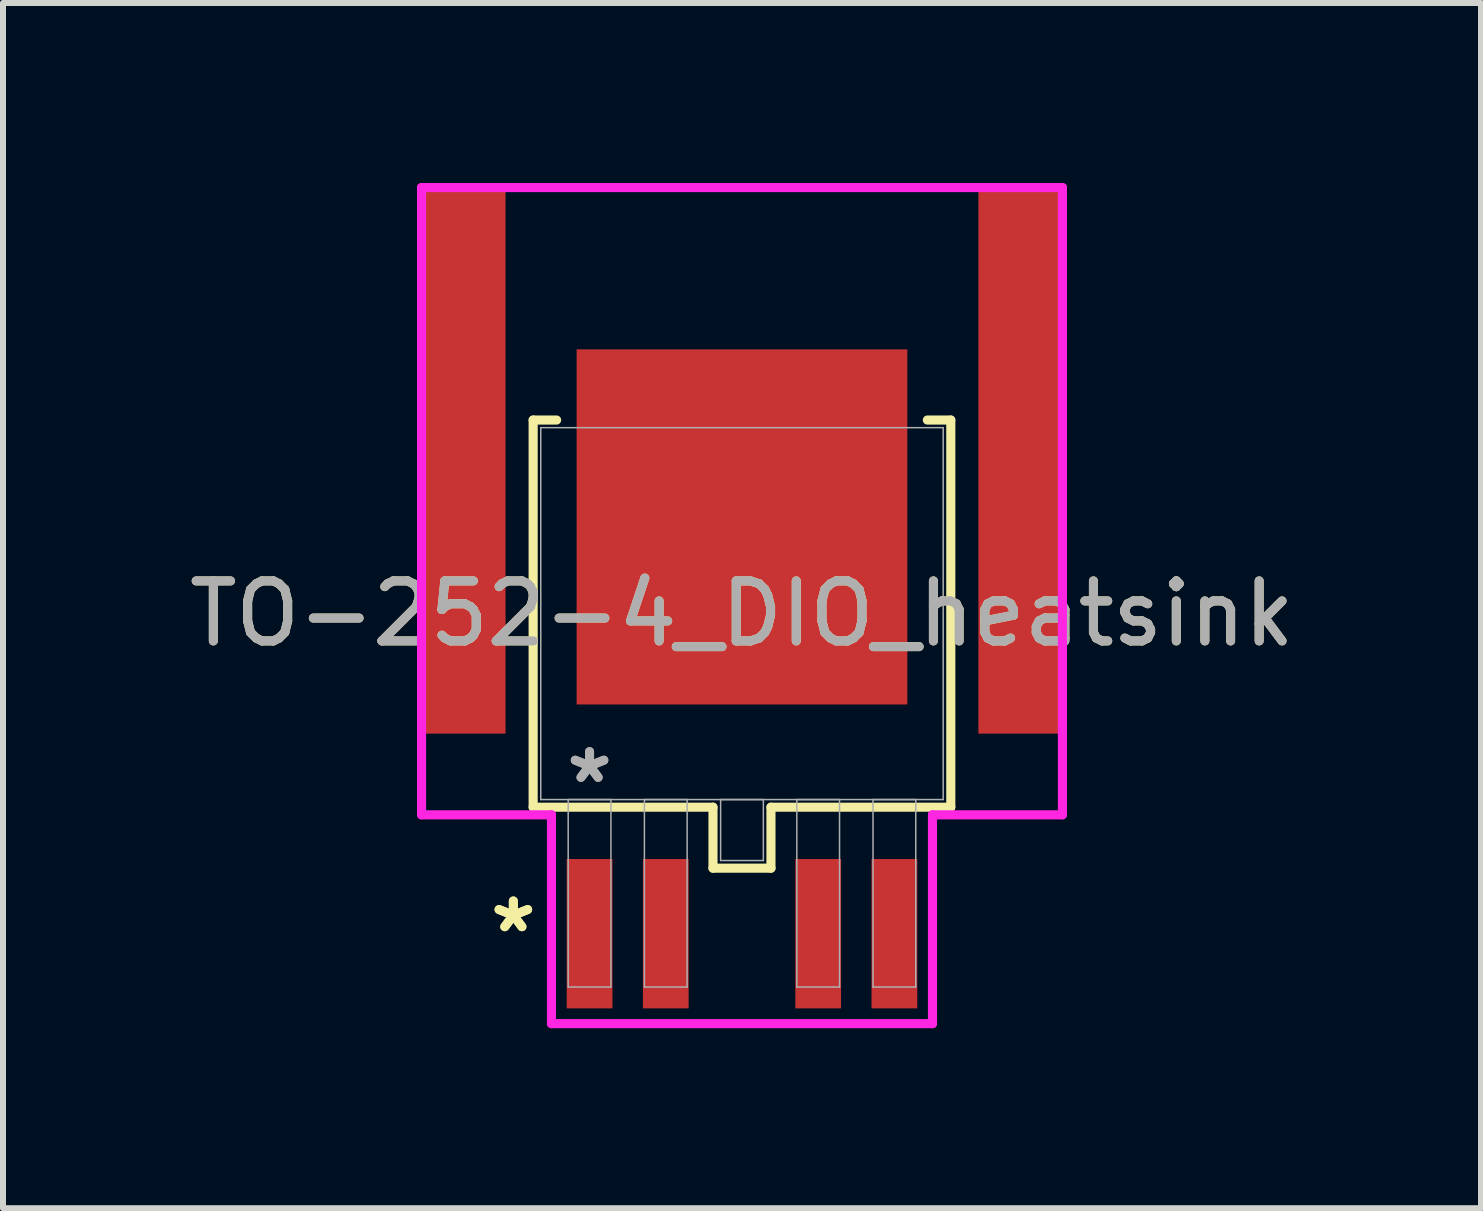
<source format=kicad_pcb>
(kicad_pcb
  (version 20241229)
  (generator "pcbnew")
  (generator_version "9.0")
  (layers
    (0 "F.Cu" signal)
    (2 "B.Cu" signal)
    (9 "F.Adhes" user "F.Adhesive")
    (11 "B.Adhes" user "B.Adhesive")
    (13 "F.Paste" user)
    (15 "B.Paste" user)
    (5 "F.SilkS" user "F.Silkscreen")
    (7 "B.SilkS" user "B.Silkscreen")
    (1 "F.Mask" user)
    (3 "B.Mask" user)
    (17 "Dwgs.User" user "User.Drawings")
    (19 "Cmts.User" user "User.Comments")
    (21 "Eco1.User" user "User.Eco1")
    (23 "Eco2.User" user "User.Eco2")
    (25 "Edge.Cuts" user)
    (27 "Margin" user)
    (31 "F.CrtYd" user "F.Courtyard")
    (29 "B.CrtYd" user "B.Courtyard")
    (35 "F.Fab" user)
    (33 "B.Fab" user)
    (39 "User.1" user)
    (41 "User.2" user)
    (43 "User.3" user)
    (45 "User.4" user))
  (footprint "TO-252-4_DIO_heatsink"
    (layer "F.Cu")
    (at 9.315 7.176)
    (property "Reference" "TO-252-4_DIO_heatsink" (at 0 0 0) (unlocked yes) (layer "F.SilkS") (effects (font (size 1 1) (thickness 0.15))))
    (attr smd)
    (fp_rect (start -5.34 -7.1) (end -3.94 2) (stroke (width 0) (type solid)) (fill yes) (layer "F.Mask"))
    (fp_rect (start 3.94 -7.1) (end 5.34 2) (stroke (width 0) (type solid)) (fill yes) (layer "F.Mask"))
    (fp_line (start -3.48 -3.226) (end -3.48 3.226) (stroke (width 0.152) (type solid)) (layer "F.SilkS"))
    (fp_line (start -3.48 3.226) (end -0.483 3.226) (stroke (width 0.152) (type solid)) (layer "F.SilkS"))
    (fp_line (start -3.089 -3.226) (end -3.48 -3.226) (stroke (width 0.152) (type solid)) (layer "F.SilkS"))
    (fp_line (start -0.483 3.226) (end -0.483 4.242) (stroke (width 0.152) (type solid)) (layer "F.SilkS"))
    (fp_line (start -0.483 4.242) (end 0.483 4.242) (stroke (width 0.152) (type solid)) (layer "F.SilkS"))
    (fp_line (start 0.483 3.226) (end 3.48 3.226) (stroke (width 0.152) (type solid)) (layer "F.SilkS"))
    (fp_line (start 0.483 4.242) (end 0.483 3.226) (stroke (width 0.152) (type solid)) (layer "F.SilkS"))
    (fp_line (start 3.48 -3.226) (end 3.089 -3.226) (stroke (width 0.152) (type solid)) (layer "F.SilkS"))
    (fp_line (start 3.48 3.226) (end 3.48 -3.226) (stroke (width 0.152) (type solid)) (layer "F.SilkS"))
    (fp_rect (start -5.34 -7.1) (end -3.94 2) (stroke (width 0) (type solid)) (fill yes) (layer "F.Paste"))
    (fp_rect (start 3.94 -7.1) (end 5.34 2) (stroke (width 0) (type solid)) (fill yes) (layer "F.Paste"))
    (fp_line (start -5.34 -7.1) (end 5.34 -7.1) (stroke (width 0.152) (type solid)) (layer "F.CrtYd"))
    (fp_line (start -5.34 3.353) (end -5.34 -7.1) (stroke (width 0.152) (type solid)) (layer "F.CrtYd"))
    (fp_line (start -3.175 3.353) (end -5.34 3.353) (stroke (width 0.152) (type solid)) (layer "F.CrtYd"))
    (fp_line (start -3.175 6.833) (end -3.175 3.353) (stroke (width 0.152) (type solid)) (layer "F.CrtYd"))
    (fp_line (start 3.175 3.353) (end 3.175 6.833) (stroke (width 0.152) (type solid)) (layer "F.CrtYd"))
    (fp_line (start 3.175 6.833) (end -3.175 6.833) (stroke (width 0.152) (type solid)) (layer "F.CrtYd"))
    (fp_line (start 5.34 -7.1) (end 5.34 3.353) (stroke (width 0.152) (type solid)) (layer "F.CrtYd"))
    (fp_line (start 5.34 3.353) (end 3.175 3.353) (stroke (width 0.152) (type solid)) (layer "F.CrtYd"))
    (fp_line (start -3.353 -3.099) (end -3.353 3.099) (stroke (width 0.025) (type solid)) (layer "F.Fab"))
    (fp_line (start -3.353 3.099) (end 3.353 3.099) (stroke (width 0.025) (type solid)) (layer "F.Fab"))
    (fp_line (start -2.896 3.099) (end -2.896 6.223) (stroke (width 0.025) (type solid)) (layer "F.Fab"))
    (fp_line (start -2.896 6.223) (end -2.184 6.223) (stroke (width 0.025) (type solid)) (layer "F.Fab"))
    (fp_line (start -2.184 3.099) (end -2.896 3.099) (stroke (width 0.025) (type solid)) (layer "F.Fab"))
    (fp_line (start -2.184 6.223) (end -2.184 3.099) (stroke (width 0.025) (type solid)) (layer "F.Fab"))
    (fp_line (start -1.626 3.099) (end -1.626 6.223) (stroke (width 0.025) (type solid)) (layer "F.Fab"))
    (fp_line (start -1.626 6.223) (end -0.914 6.223) (stroke (width 0.025) (type solid)) (layer "F.Fab"))
    (fp_line (start -0.914 3.099) (end -1.626 3.099) (stroke (width 0.025) (type solid)) (layer "F.Fab"))
    (fp_line (start -0.914 6.223) (end -0.914 3.099) (stroke (width 0.025) (type solid)) (layer "F.Fab"))
    (fp_line (start -0.356 3.099) (end -0.356 4.115) (stroke (width 0.025) (type solid)) (layer "F.Fab"))
    (fp_line (start -0.356 4.115) (end 0.356 4.115) (stroke (width 0.025) (type solid)) (layer "F.Fab"))
    (fp_line (start 0.356 3.099) (end -0.356 3.099) (stroke (width 0.025) (type solid)) (layer "F.Fab"))
    (fp_line (start 0.356 4.115) (end 0.356 3.099) (stroke (width 0.025) (type solid)) (layer "F.Fab"))
    (fp_line (start 0.914 3.099) (end 0.914 6.223) (stroke (width 0.025) (type solid)) (layer "F.Fab"))
    (fp_line (start 0.914 6.223) (end 1.626 6.223) (stroke (width 0.025) (type solid)) (layer "F.Fab"))
    (fp_line (start 1.626 3.099) (end 0.914 3.099) (stroke (width 0.025) (type solid)) (layer "F.Fab"))
    (fp_line (start 1.626 6.223) (end 1.626 3.099) (stroke (width 0.025) (type solid)) (layer "F.Fab"))
    (fp_line (start 2.184 3.099) (end 2.184 6.223) (stroke (width 0.025) (type solid)) (layer "F.Fab"))
    (fp_line (start 2.184 6.223) (end 2.896 6.223) (stroke (width 0.025) (type solid)) (layer "F.Fab"))
    (fp_line (start 2.896 3.099) (end 2.184 3.099) (stroke (width 0.025) (type solid)) (layer "F.Fab"))
    (fp_line (start 2.896 6.223) (end 2.896 3.099) (stroke (width 0.025) (type solid)) (layer "F.Fab"))
    (fp_line (start 3.353 -3.099) (end -3.353 -3.099) (stroke (width 0.025) (type solid)) (layer "F.Fab"))
    (fp_line (start 3.353 3.099) (end 3.353 -3.099) (stroke (width 0.025) (type solid)) (layer "F.Fab"))
    (fp_text user "*" (at -3.81 5.334 0) (unlocked yes) (layer "F.SilkS") (effects (font (size 1 1) (thickness 0.15))))
    (fp_text user "*" (at -3.81 5.334 0) (layer "F.SilkS") (effects (font (size 1 1) (thickness 0.15))))
    (fp_text user "*" (at -2.54 2.845 0) (unlocked yes) (layer "F.Fab") (effects (font (size 1 1) (thickness 0.15))))
    (fp_text user "${REFERENCE}" (at 0 0 0) (unlocked yes) (layer "F.Fab") (effects (font (size 1 1) (thickness 0.15))))
    (fp_text user "*" (at -2.54 2.845 0) (layer "F.Fab") (effects (font (size 1 1) (thickness 0.15))))
    (pad "1" smd rect (at -2.54 5.334) (size 0.762 2.489) (layers "F.Cu" "F.Mask" "F.Paste"))
    (pad "2" smd rect (at -1.27 5.334) (size 0.762 2.489) (layers "F.Cu" "F.Mask" "F.Paste"))
    (pad "3" smd rect (at -4.64 -2.55) (size 1.4 9.1) (property pad_prop_heatsink) (layers "F.Cu" "F.Mask" "F.Paste"))
    (pad "3" smd rect (at 0 -1.445) (size 5.512 5.918) (layers "F.Cu" "F.Mask" "F.Paste"))
    (pad "3" smd rect (at 4.64 -2.55) (size 1.4 9.1) (property pad_prop_heatsink) (layers "F.Cu" "F.Mask" "F.Paste"))
    (pad "4" smd rect (at 1.27 5.334) (size 0.762 2.489) (layers "F.Cu" "F.Mask" "F.Paste"))
    (pad "5" smd rect (at 2.54 5.334) (size 0.762 2.489) (layers "F.Cu" "F.Mask" "F.Paste")))
  (gr_rect
    (start -3 -3)
    (end 21.631 17.085)
    (stroke (width 0.1) (type default))
    (fill no)
    (layer "Edge.Cuts")))
</source>
